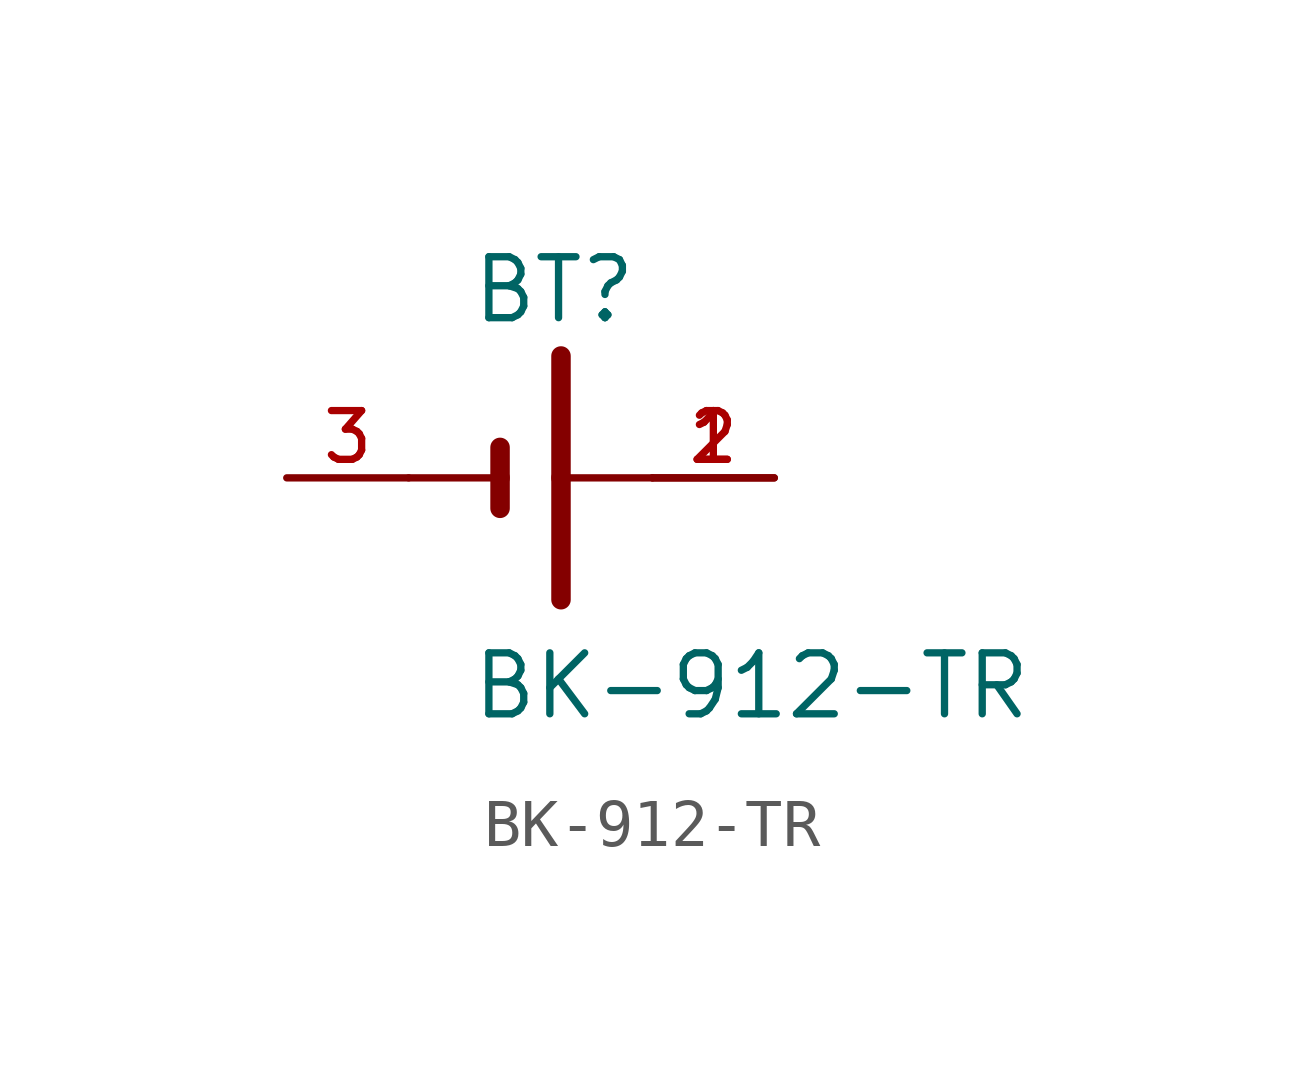
<source format=kicad_sym>
(kicad_symbol_lib
  (version 20211014)
  (generator kicad_symbol_editor)
  (symbol "BK-912-TR"
    (pin_names
      (offset 1.016))
    (property "Reference" "BT"
      (at -1.27 3.175 0)
      (effects (font (size 1.27 1.27)) (justify bottom left)))
    (property "Value" "BK-912-TR"
      (at -1.27 -5.08 0)
      (effects (font (size 1.27 1.27)) (justify bottom left)))
    (symbol "BK-912-TR_0_0"
      (polyline (pts (xy -0.635 0.635) (xy -0.635 0.0)) (stroke (width 0.406)))
      (polyline (pts (xy -2.54 0.0) (xy -0.635 0.0)) (stroke (width 0.152)))
      (polyline (pts (xy -0.635 0.0) (xy -0.635 -0.635)) (stroke (width 0.406)))
      (polyline (pts (xy 0.635 2.54) (xy 0.635 0.0)) (stroke (width 0.406)))
      (polyline (pts (xy 0.635 0.0) (xy 2.54 0.0)) (stroke (width 0.152)))
      (polyline (pts (xy 0.635 0.0) (xy 0.635 -2.54)) (stroke (width 0.406)))
      (pin passive line (at -5.08 0.0 0) (length 2.54) (name "~" (effects (font (size 1.016 1.016)))) (number "3" (effects (font (size 1.016 1.016)))))
      (pin passive line (at 5.08 0.0 180.0) (length 2.54) (name "~" (effects (font (size 1.016 1.016)))) (number "1" (effects (font (size 1.016 1.016)))))
      (pin passive line (at 5.08 0.0 180.0) (length 2.54) (name "~" (effects (font (size 1.016 1.016)))) (number "2" (effects (font (size 1.016 1.016))))))))
</source>
